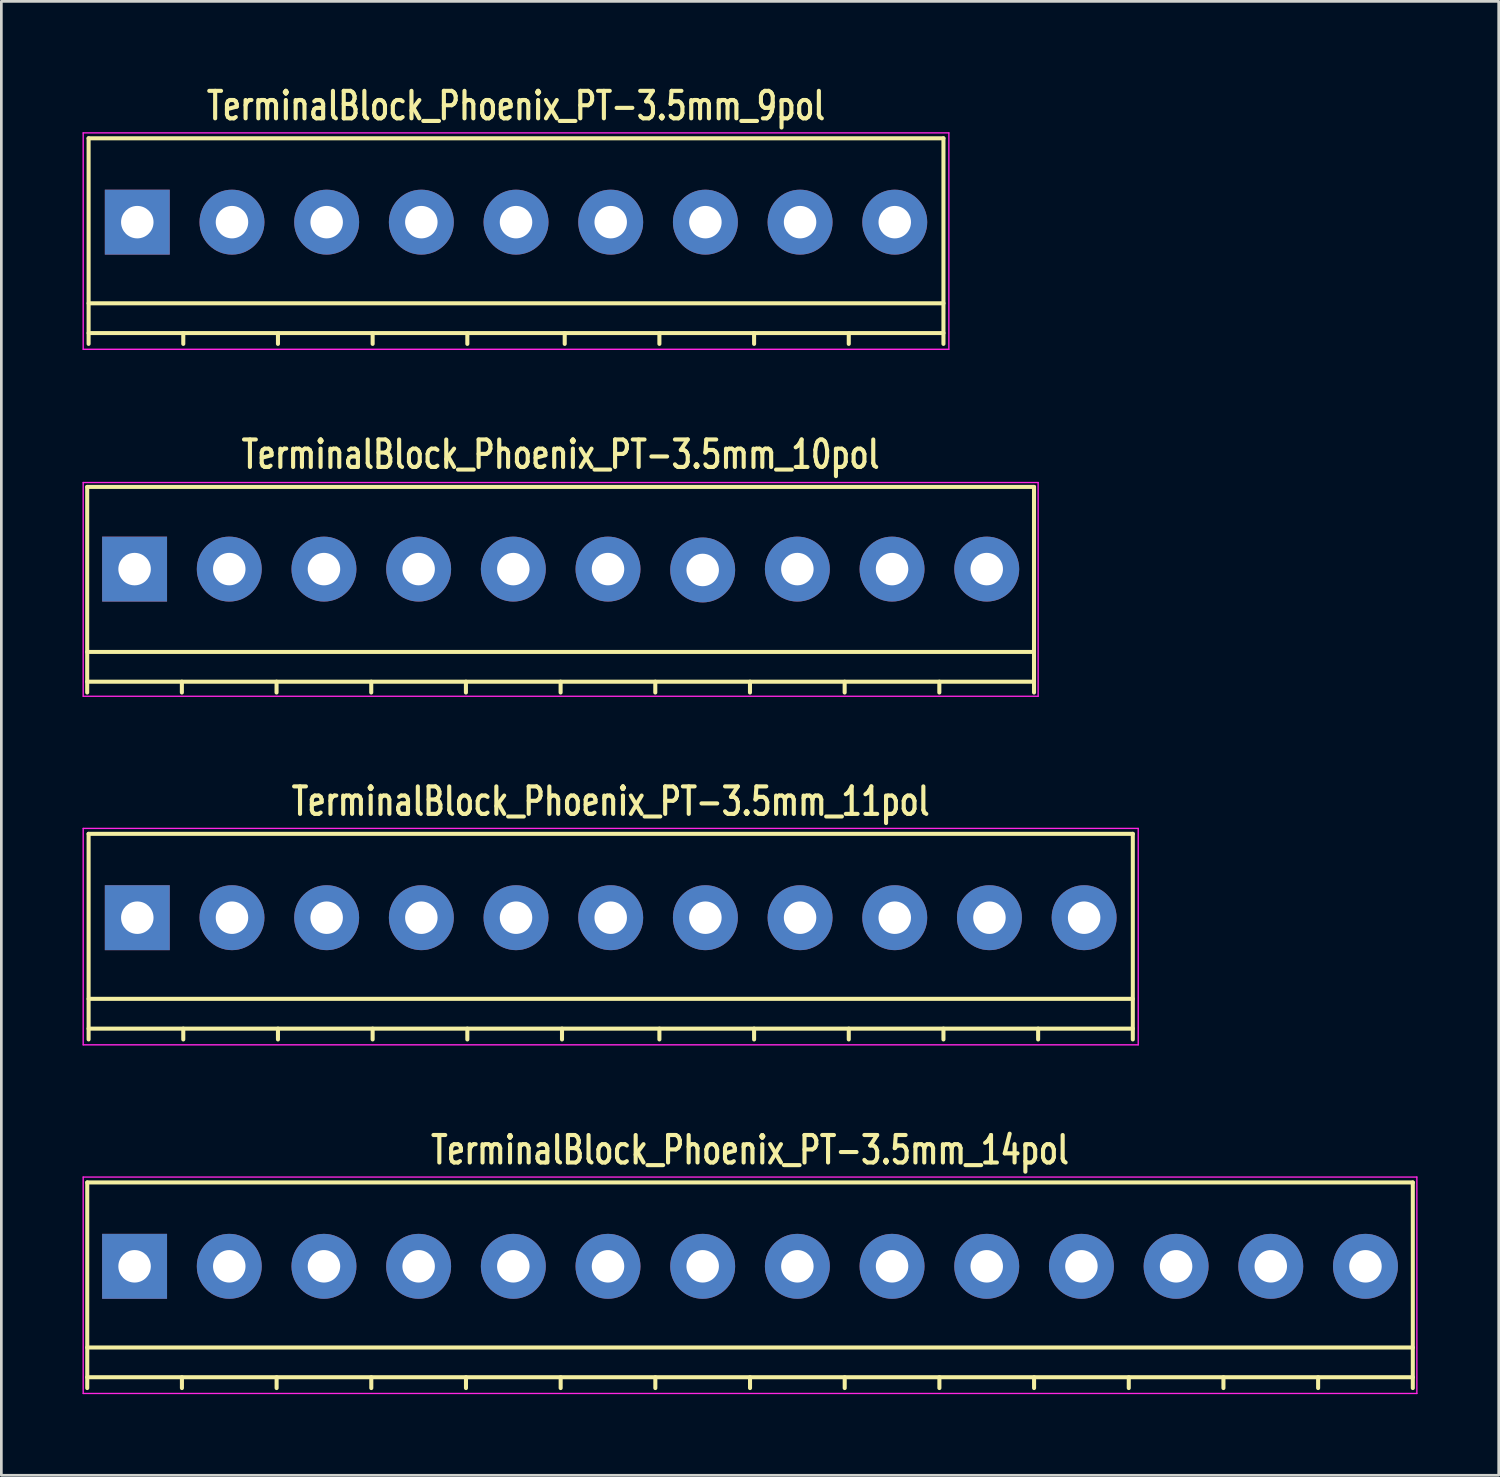
<source format=kicad_pcb>
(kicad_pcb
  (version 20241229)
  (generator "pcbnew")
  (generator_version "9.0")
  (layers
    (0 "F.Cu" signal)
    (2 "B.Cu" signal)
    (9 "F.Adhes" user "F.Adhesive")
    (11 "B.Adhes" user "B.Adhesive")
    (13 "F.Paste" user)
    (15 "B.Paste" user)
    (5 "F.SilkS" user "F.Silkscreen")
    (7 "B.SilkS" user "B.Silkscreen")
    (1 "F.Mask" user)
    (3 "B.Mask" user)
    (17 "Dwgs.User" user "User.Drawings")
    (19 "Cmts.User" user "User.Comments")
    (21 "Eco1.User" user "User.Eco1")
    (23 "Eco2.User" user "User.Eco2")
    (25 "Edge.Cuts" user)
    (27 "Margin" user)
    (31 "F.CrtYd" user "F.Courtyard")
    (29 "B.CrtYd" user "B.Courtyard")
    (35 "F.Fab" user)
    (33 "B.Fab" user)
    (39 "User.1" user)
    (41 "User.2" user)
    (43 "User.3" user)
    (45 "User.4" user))
  (footprint "TerminalBlock_Phoenix_PT-3.5mm_11pol"
    (layer "F.Cu")
    (at 2.025 30.873)
    (property "Reference" "TerminalBlock_Phoenix_PT-3.5mm_11pol" (at 17.5 -4.3 0) (layer "F.SilkS") (effects (font (size 1.016 0.762) (thickness 0.152))))
    (attr through_hole)
    (fp_line (start -1.8 -3.1) (end -1.8 4.5) (stroke (width 0.15) (type solid)) (layer "F.SilkS"))
    (fp_line (start -1.8 3) (end 36.8 3) (stroke (width 0.15) (type solid)) (layer "F.SilkS"))
    (fp_line (start -1.8 4.1) (end 36.8 4.1) (stroke (width 0.15) (type solid)) (layer "F.SilkS"))
    (fp_line (start 1.7 4.1) (end 1.7 4.5) (stroke (width 0.15) (type solid)) (layer "F.SilkS"))
    (fp_line (start 5.2 4.1) (end 5.2 4.5) (stroke (width 0.15) (type solid)) (layer "F.SilkS"))
    (fp_line (start 8.7 4.1) (end 8.7 4.5) (stroke (width 0.15) (type solid)) (layer "F.SilkS"))
    (fp_line (start 12.2 4.1) (end 12.2 4.5) (stroke (width 0.15) (type solid)) (layer "F.SilkS"))
    (fp_line (start 15.7 4.1) (end 15.7 4.5) (stroke (width 0.15) (type solid)) (layer "F.SilkS"))
    (fp_line (start 19.3 4.1) (end 19.3 4.5) (stroke (width 0.15) (type solid)) (layer "F.SilkS"))
    (fp_line (start 22.8 4.1) (end 22.8 4.5) (stroke (width 0.15) (type solid)) (layer "F.SilkS"))
    (fp_line (start 26.3 4.1) (end 26.3 4.5) (stroke (width 0.15) (type solid)) (layer "F.SilkS"))
    (fp_line (start 29.8 4.1) (end 29.8 4.5) (stroke (width 0.15) (type solid)) (layer "F.SilkS"))
    (fp_line (start 33.3 4.1) (end 33.3 4.5) (stroke (width 0.15) (type solid)) (layer "F.SilkS"))
    (fp_line (start 36.8 -3.1) (end -1.8 -3.1) (stroke (width 0.15) (type solid)) (layer "F.SilkS"))
    (fp_line (start 36.8 4.5) (end 36.8 -3.1) (stroke (width 0.15) (type solid)) (layer "F.SilkS"))
    (fp_line (start -2 -3.3) (end 37 -3.3) (stroke (width 0.05) (type solid)) (layer "F.CrtYd"))
    (fp_line (start -2 4.7) (end -2 -3.3) (stroke (width 0.05) (type solid)) (layer "F.CrtYd"))
    (fp_line (start 37 -3.3) (end 37 4.7) (stroke (width 0.05) (type solid)) (layer "F.CrtYd"))
    (fp_line (start 37 4.7) (end -2 4.7) (stroke (width 0.05) (type solid)) (layer "F.CrtYd"))
    (pad "1" thru_hole rect (at 0 0 180) (size 2.4 2.4) (drill 1.2) (layers "*.Cu" "*.Mask"))
    (pad "2" thru_hole circle (at 3.5 0 180) (size 2.4 2.4) (drill 1.2) (layers "*.Cu" "*.Mask"))
    (pad "3" thru_hole circle (at 7 0 180) (size 2.4 2.4) (drill 1.2) (layers "*.Cu" "*.Mask"))
    (pad "4" thru_hole circle (at 10.5 0 180) (size 2.4 2.4) (drill 1.2) (layers "*.Cu" "*.Mask"))
    (pad "5" thru_hole circle (at 14 0 180) (size 2.4 2.4) (drill 1.2) (layers "*.Cu" "*.Mask"))
    (pad "6" thru_hole circle (at 17.5 0 180) (size 2.4 2.4) (drill 1.2) (layers "*.Cu" "*.Mask"))
    (pad "7" thru_hole circle (at 21 0 180) (size 2.4 2.4) (drill 1.2) (layers "*.Cu" "*.Mask"))
    (pad "8" thru_hole circle (at 24.5 0 180) (size 2.4 2.4) (drill 1.2) (layers "*.Cu" "*.Mask"))
    (pad "9" thru_hole circle (at 28 0 180) (size 2.4 2.4) (drill 1.2) (layers "*.Cu" "*.Mask"))
    (pad "10" thru_hole circle (at 31.5 0 180) (size 2.4 2.4) (drill 1.2) (layers "*.Cu" "*.Mask"))
    (pad "11" thru_hole circle (at 35 0 180) (size 2.4 2.4) (drill 1.2) (layers "*.Cu" "*.Mask")))
  (footprint "TerminalBlock_Phoenix_PT-3.5mm_14pol"
    (layer "F.Cu")
    (at 1.925 43.76)
    (property "Reference" "TerminalBlock_Phoenix_PT-3.5mm_14pol" (at 22.75 -4.3 0) (layer "F.SilkS") (effects (font (size 1.016 0.762) (thickness 0.152))))
    (attr through_hole)
    (fp_line (start -1.75 -3.1) (end -1.75 4.5) (stroke (width 0.15) (type solid)) (layer "F.SilkS"))
    (fp_line (start -1.75 3) (end 47.25 3) (stroke (width 0.15) (type solid)) (layer "F.SilkS"))
    (fp_line (start -1.75 4.1) (end 47.25 4.1) (stroke (width 0.15) (type solid)) (layer "F.SilkS"))
    (fp_line (start 1.75 4.1) (end 1.75 4.5) (stroke (width 0.15) (type solid)) (layer "F.SilkS"))
    (fp_line (start 5.25 4.1) (end 5.25 4.5) (stroke (width 0.15) (type solid)) (layer "F.SilkS"))
    (fp_line (start 8.75 4.1) (end 8.75 4.5) (stroke (width 0.15) (type solid)) (layer "F.SilkS"))
    (fp_line (start 12.25 4.1) (end 12.25 4.5) (stroke (width 0.15) (type solid)) (layer "F.SilkS"))
    (fp_line (start 15.75 4.1) (end 15.75 4.5) (stroke (width 0.15) (type solid)) (layer "F.SilkS"))
    (fp_line (start 19.25 4.1) (end 19.25 4.5) (stroke (width 0.15) (type solid)) (layer "F.SilkS"))
    (fp_line (start 22.75 4.1) (end 22.75 4.5) (stroke (width 0.15) (type solid)) (layer "F.SilkS"))
    (fp_line (start 26.25 4.1) (end 26.25 4.5) (stroke (width 0.15) (type solid)) (layer "F.SilkS"))
    (fp_line (start 29.75 4.1) (end 29.75 4.5) (stroke (width 0.15) (type solid)) (layer "F.SilkS"))
    (fp_line (start 33.25 4.1) (end 33.25 4.5) (stroke (width 0.15) (type solid)) (layer "F.SilkS"))
    (fp_line (start 36.75 4.1) (end 36.75 4.5) (stroke (width 0.15) (type solid)) (layer "F.SilkS"))
    (fp_line (start 40.25 4.1) (end 40.25 4.5) (stroke (width 0.15) (type solid)) (layer "F.SilkS"))
    (fp_line (start 43.75 4.1) (end 43.75 4.5) (stroke (width 0.15) (type solid)) (layer "F.SilkS"))
    (fp_line (start 47.25 -3.1) (end -1.75 -3.1) (stroke (width 0.15) (type solid)) (layer "F.SilkS"))
    (fp_line (start 47.25 4.5) (end 47.25 -3.1) (stroke (width 0.15) (type solid)) (layer "F.SilkS"))
    (fp_line (start -1.9 -3.3) (end 47.4 -3.3) (stroke (width 0.05) (type solid)) (layer "F.CrtYd"))
    (fp_line (start -1.9 4.7) (end -1.9 -3.3) (stroke (width 0.05) (type solid)) (layer "F.CrtYd"))
    (fp_line (start 47.4 -3.3) (end 47.4 4.7) (stroke (width 0.05) (type solid)) (layer "F.CrtYd"))
    (fp_line (start 47.4 4.7) (end -1.9 4.7) (stroke (width 0.05) (type solid)) (layer "F.CrtYd"))
    (pad "1" thru_hole rect (at 0 0 180) (size 2.4 2.4) (drill 1.2) (layers "*.Cu" "*.Mask"))
    (pad "2" thru_hole circle (at 3.5 0 180) (size 2.4 2.4) (drill 1.2) (layers "*.Cu" "*.Mask"))
    (pad "3" thru_hole circle (at 7 0 180) (size 2.4 2.4) (drill 1.2) (layers "*.Cu" "*.Mask"))
    (pad "4" thru_hole circle (at 10.5 0 180) (size 2.4 2.4) (drill 1.2) (layers "*.Cu" "*.Mask"))
    (pad "5" thru_hole circle (at 14 0 180) (size 2.4 2.4) (drill 1.2) (layers "*.Cu" "*.Mask"))
    (pad "6" thru_hole circle (at 17.5 0 180) (size 2.4 2.4) (drill 1.2) (layers "*.Cu" "*.Mask"))
    (pad "7" thru_hole circle (at 21 0 180) (size 2.4 2.4) (drill 1.2) (layers "*.Cu" "*.Mask"))
    (pad "8" thru_hole circle (at 24.5 0 180) (size 2.4 2.4) (drill 1.2) (layers "*.Cu" "*.Mask"))
    (pad "9" thru_hole circle (at 28 0 180) (size 2.4 2.4) (drill 1.2) (layers "*.Cu" "*.Mask"))
    (pad "10" thru_hole circle (at 31.5 0 180) (size 2.4 2.4) (drill 1.2) (layers "*.Cu" "*.Mask"))
    (pad "11" thru_hole circle (at 35 0 180) (size 2.4 2.4) (drill 1.2) (layers "*.Cu" "*.Mask"))
    (pad "12" thru_hole circle (at 38.5 0 180) (size 2.4 2.4) (drill 1.2) (layers "*.Cu" "*.Mask"))
    (pad "13" thru_hole circle (at 42 0 180) (size 2.4 2.4) (drill 1.2) (layers "*.Cu" "*.Mask"))
    (pad "14" thru_hole circle (at 45.5 0 180) (size 2.4 2.4) (drill 1.2) (layers "*.Cu" "*.Mask")))
  (footprint "TerminalBlock_Phoenix_PT-3.5mm_9pol"
    (layer "F.Cu")
    (at 2.025 5.162)
    (property "Reference" "TerminalBlock_Phoenix_PT-3.5mm_9pol" (at 14 -4.3 0) (layer "F.SilkS") (effects (font (size 1.016 0.762) (thickness 0.152))))
    (attr through_hole)
    (fp_line (start -1.8 -3.1) (end -1.8 4.5) (stroke (width 0.15) (type solid)) (layer "F.SilkS"))
    (fp_line (start -1.8 3) (end 29.8 3) (stroke (width 0.15) (type solid)) (layer "F.SilkS"))
    (fp_line (start -1.8 4.1) (end 29.8 4.1) (stroke (width 0.15) (type solid)) (layer "F.SilkS"))
    (fp_line (start 1.7 4.1) (end 1.7 4.5) (stroke (width 0.15) (type solid)) (layer "F.SilkS"))
    (fp_line (start 5.2 4.1) (end 5.2 4.5) (stroke (width 0.15) (type solid)) (layer "F.SilkS"))
    (fp_line (start 8.7 4.1) (end 8.7 4.5) (stroke (width 0.15) (type solid)) (layer "F.SilkS"))
    (fp_line (start 12.2 4.1) (end 12.2 4.5) (stroke (width 0.15) (type solid)) (layer "F.SilkS"))
    (fp_line (start 15.8 4.1) (end 15.8 4.5) (stroke (width 0.15) (type solid)) (layer "F.SilkS"))
    (fp_line (start 19.3 4.1) (end 19.3 4.5) (stroke (width 0.15) (type solid)) (layer "F.SilkS"))
    (fp_line (start 22.8 4.1) (end 22.8 4.5) (stroke (width 0.15) (type solid)) (layer "F.SilkS"))
    (fp_line (start 26.3 4.1) (end 26.3 4.5) (stroke (width 0.15) (type solid)) (layer "F.SilkS"))
    (fp_line (start 29.8 -3.1) (end -1.8 -3.1) (stroke (width 0.15) (type solid)) (layer "F.SilkS"))
    (fp_line (start 29.8 4.5) (end 29.8 -3.1) (stroke (width 0.15) (type solid)) (layer "F.SilkS"))
    (fp_line (start -2 -3.3) (end 30 -3.3) (stroke (width 0.05) (type solid)) (layer "F.CrtYd"))
    (fp_line (start -2 4.7) (end -2 -3.3) (stroke (width 0.05) (type solid)) (layer "F.CrtYd"))
    (fp_line (start 30 -3.3) (end 30 4.7) (stroke (width 0.05) (type solid)) (layer "F.CrtYd"))
    (fp_line (start 30 4.7) (end -2 4.7) (stroke (width 0.05) (type solid)) (layer "F.CrtYd"))
    (pad "1" thru_hole rect (at 0 0) (size 2.4 2.4) (drill 1.2) (layers "*.Cu" "*.Mask"))
    (pad "2" thru_hole circle (at 3.5 0) (size 2.4 2.4) (drill 1.2) (layers "*.Cu" "*.Mask"))
    (pad "3" thru_hole circle (at 7 0) (size 2.4 2.4) (drill 1.2) (layers "*.Cu" "*.Mask"))
    (pad "4" thru_hole circle (at 10.5 0) (size 2.4 2.4) (drill 1.2) (layers "*.Cu" "*.Mask"))
    (pad "5" thru_hole circle (at 14 0) (size 2.4 2.4) (drill 1.2) (layers "*.Cu" "*.Mask"))
    (pad "6" thru_hole circle (at 17.5 0) (size 2.4 2.4) (drill 1.2) (layers "*.Cu" "*.Mask"))
    (pad "7" thru_hole circle (at 21 0) (size 2.4 2.4) (drill 1.2) (layers "*.Cu" "*.Mask"))
    (pad "8" thru_hole circle (at 24.5 0) (size 2.4 2.4) (drill 1.2) (layers "*.Cu" "*.Mask"))
    (pad "9" thru_hole circle (at 28 0) (size 2.4 2.4) (drill 1.2) (layers "*.Cu" "*.Mask")))
  (footprint "TerminalBlock_Phoenix_PT-3.5mm_10pol"
    (layer "F.Cu")
    (at 1.925 17.987)
    (property "Reference" "TerminalBlock_Phoenix_PT-3.5mm_10pol" (at 15.748 -4.238 0) (layer "F.SilkS") (effects (font (size 1.016 0.762) (thickness 0.152))))
    (attr through_hole)
    (fp_line (start -1.752 -3.038) (end -1.752 4.562) (stroke (width 0.15) (type solid)) (layer "F.SilkS"))
    (fp_line (start -1.752 3.062) (end 33.248 3.062) (stroke (width 0.15) (type solid)) (layer "F.SilkS"))
    (fp_line (start -1.752 4.162) (end 33.248 4.162) (stroke (width 0.15) (type solid)) (layer "F.SilkS"))
    (fp_line (start 1.748 4.162) (end 1.748 4.562) (stroke (width 0.15) (type solid)) (layer "F.SilkS"))
    (fp_line (start 5.248 4.162) (end 5.248 4.562) (stroke (width 0.15) (type solid)) (layer "F.SilkS"))
    (fp_line (start 8.748 4.162) (end 8.748 4.562) (stroke (width 0.15) (type solid)) (layer "F.SilkS"))
    (fp_line (start 12.248 4.162) (end 12.248 4.562) (stroke (width 0.15) (type solid)) (layer "F.SilkS"))
    (fp_line (start 15.748 4.162) (end 15.748 4.562) (stroke (width 0.15) (type solid)) (layer "F.SilkS"))
    (fp_line (start 19.248 4.162) (end 19.248 4.562) (stroke (width 0.15) (type solid)) (layer "F.SilkS"))
    (fp_line (start 22.748 4.162) (end 22.748 4.562) (stroke (width 0.15) (type solid)) (layer "F.SilkS"))
    (fp_line (start 26.248 4.162) (end 26.248 4.562) (stroke (width 0.15) (type solid)) (layer "F.SilkS"))
    (fp_line (start 29.748 4.162) (end 29.748 4.562) (stroke (width 0.15) (type solid)) (layer "F.SilkS"))
    (fp_line (start 33.248 -3.038) (end -1.752 -3.038) (stroke (width 0.15) (type solid)) (layer "F.SilkS"))
    (fp_line (start 33.248 4.562) (end 33.248 -3.038) (stroke (width 0.15) (type solid)) (layer "F.SilkS"))
    (fp_line (start -1.9 -3.2) (end 33.4 -3.2) (stroke (width 0.05) (type solid)) (layer "F.CrtYd"))
    (fp_line (start -1.9 4.7) (end -1.9 -3.2) (stroke (width 0.05) (type solid)) (layer "F.CrtYd"))
    (fp_line (start 33.4 -3.2) (end 33.4 4.7) (stroke (width 0.05) (type solid)) (layer "F.CrtYd"))
    (fp_line (start 33.4 4.7) (end -1.9 4.7) (stroke (width 0.05) (type solid)) (layer "F.CrtYd"))
    (pad "1" thru_hole rect (at 0 0 180) (size 2.4 2.4) (drill 1.2) (layers "*.Cu" "*.Mask"))
    (pad "2" thru_hole circle (at 3.5 0 180) (size 2.4 2.4) (drill 1.2) (layers "*.Cu" "*.Mask"))
    (pad "3" thru_hole circle (at 7 0 180) (size 2.4 2.4) (drill 1.2) (layers "*.Cu" "*.Mask"))
    (pad "4" thru_hole circle (at 10.5 0 180) (size 2.4 2.4) (drill 1.2) (layers "*.Cu" "*.Mask"))
    (pad "5" thru_hole circle (at 14 0 180) (size 2.4 2.4) (drill 1.2) (layers "*.Cu" "*.Mask"))
    (pad "6" thru_hole circle (at 17.5 0 180) (size 2.4 2.4) (drill 1.2) (layers "*.Cu" "*.Mask"))
    (pad "7" thru_hole circle (at 21 0.032 180) (size 2.4 2.4) (drill 1.2) (layers "*.Cu" "*.Mask"))
    (pad "8" thru_hole circle (at 24.5 0 180) (size 2.4 2.4) (drill 1.2) (layers "*.Cu" "*.Mask"))
    (pad "9" thru_hole circle (at 28 0 180) (size 2.4 2.4) (drill 1.2) (layers "*.Cu" "*.Mask"))
    (pad "10" thru_hole circle (at 31.5 0 180) (size 2.4 2.4) (drill 1.2) (layers "*.Cu" "*.Mask")))
  (gr_rect
    (start -3 -3)
    (end 52.35 51.485)
    (stroke (width 0.1) (type default))
    (fill no)
    (layer "Edge.Cuts")))
</source>
